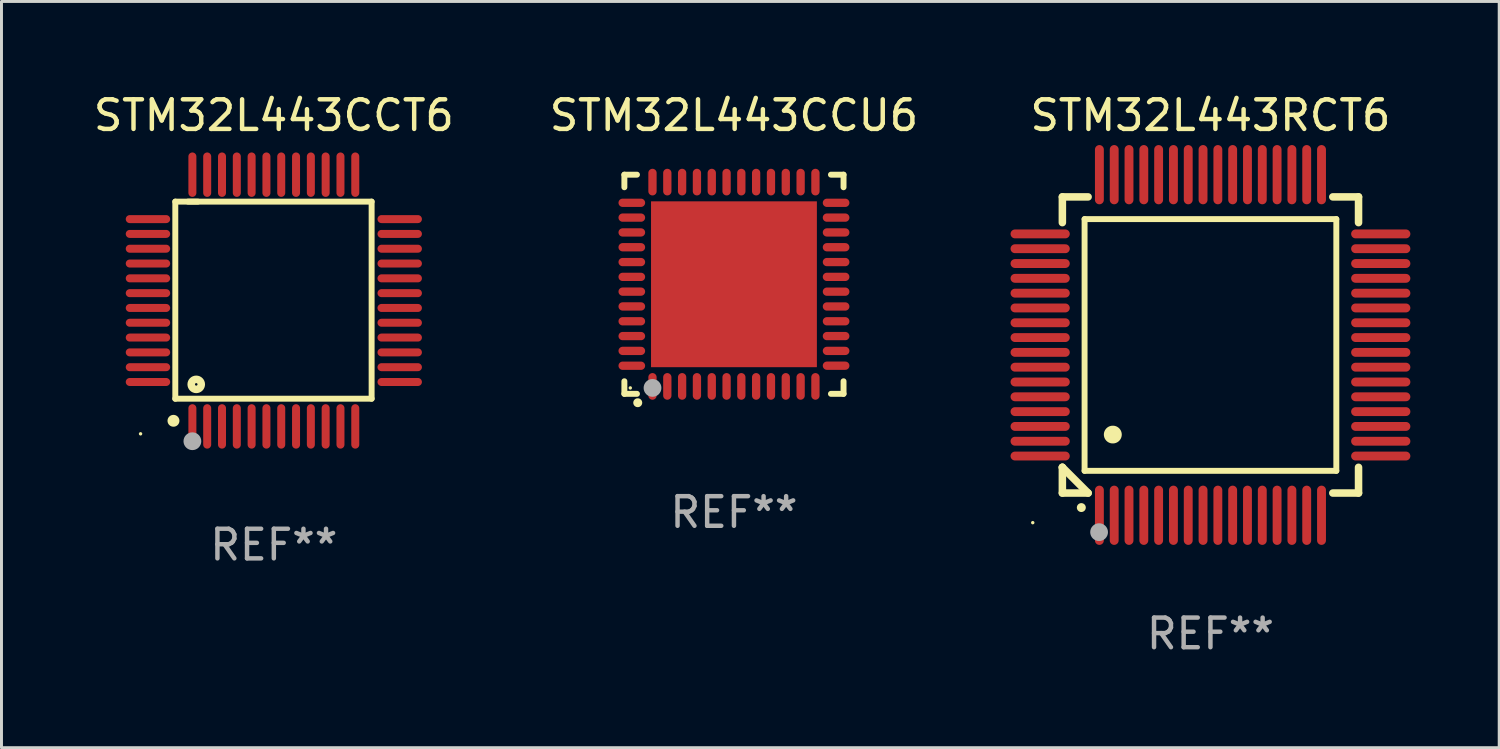
<source format=kicad_pcb>
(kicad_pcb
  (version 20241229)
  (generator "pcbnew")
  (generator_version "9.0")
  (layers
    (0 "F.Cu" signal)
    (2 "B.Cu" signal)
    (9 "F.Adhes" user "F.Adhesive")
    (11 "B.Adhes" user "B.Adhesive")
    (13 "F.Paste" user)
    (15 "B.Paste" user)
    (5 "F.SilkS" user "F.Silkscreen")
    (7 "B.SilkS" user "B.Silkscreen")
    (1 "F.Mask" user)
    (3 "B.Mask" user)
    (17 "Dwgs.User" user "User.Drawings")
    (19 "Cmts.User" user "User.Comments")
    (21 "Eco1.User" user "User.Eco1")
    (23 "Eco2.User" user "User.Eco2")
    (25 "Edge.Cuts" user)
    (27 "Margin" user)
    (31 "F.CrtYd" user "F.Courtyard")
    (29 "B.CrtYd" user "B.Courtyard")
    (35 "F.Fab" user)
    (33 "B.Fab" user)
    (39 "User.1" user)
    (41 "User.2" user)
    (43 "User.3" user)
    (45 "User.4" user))
  (footprint "STM32L443CCU6"
    (layer "F.Cu")
    (at 21.732 6.548)
    (property "Reference" "STM32L443CCU6" (at 0 -5.7 0) (layer "F.SilkS") (effects (font (size 1 1) (thickness 0.15))))
    (attr through_hole)
    (fp_line (start -3.7 -3.7) (end -3.275 -3.7) (stroke (width 0.2) (type solid)) (layer "F.SilkS"))
    (fp_line (start -3.7 -3.275) (end -3.7 -3.7) (stroke (width 0.2) (type solid)) (layer "F.SilkS"))
    (fp_line (start -3.7 3.7) (end -3.7 3.275) (stroke (width 0.2) (type solid)) (layer "F.SilkS"))
    (fp_line (start -3.275 3.7) (end -3.7 3.7) (stroke (width 0.2) (type solid)) (layer "F.SilkS"))
    (fp_line (start 3.7 -3.7) (end 3.275 -3.7) (stroke (width 0.2) (type solid)) (layer "F.SilkS"))
    (fp_line (start 3.7 -3.275) (end 3.7 -3.7) (stroke (width 0.2) (type solid)) (layer "F.SilkS"))
    (fp_line (start 3.7 3.275) (end 3.7 3.7) (stroke (width 0.2) (type solid)) (layer "F.SilkS"))
    (fp_line (start 3.7 3.7) (end 3.275 3.7) (stroke (width 0.2) (type solid)) (layer "F.SilkS"))
    (fp_arc (start -3.249936 3.999975) (mid -3.248666 3.99997) (end -3.247396 3.999975) (stroke (width 0.3) (type solid)) (layer "F.SilkS"))
    (fp_circle (center -3.5 3.5) (end -3.47 3.5) (stroke (width 0.06) (type solid)) (fill no) (layer "F.SilkS"))
    (fp_circle (center -2.75 3.5) (end -2.6 3.5) (stroke (width 0.3) (type solid)) (fill no) (layer "F.Fab"))
    (fp_text user "REF**" (at 0 7.7 0) (layer "F.Fab") (effects (font (size 1 1) (thickness 0.15))))
    (pad "1" smd oval (at -2.751 3.449) (size 0.28 0.9) (layers "F.Cu" "F.Mask" "F.Paste"))
    (pad "2" smd oval (at -2.25 3.449) (size 0.28 0.9) (layers "F.Cu" "F.Mask" "F.Paste"))
    (pad "3" smd oval (at -1.75 3.449) (size 0.28 0.9) (layers "F.Cu" "F.Mask" "F.Paste"))
    (pad "4" smd oval (at -1.25 3.449) (size 0.28 0.9) (layers "F.Cu" "F.Mask" "F.Paste"))
    (pad "5" smd oval (at -0.749 3.449) (size 0.28 0.9) (layers "F.Cu" "F.Mask" "F.Paste"))
    (pad "6" smd oval (at -0.249 3.449) (size 0.28 0.9) (layers "F.Cu" "F.Mask" "F.Paste"))
    (pad "7" smd oval (at 0.249 3.449) (size 0.28 0.9) (layers "F.Cu" "F.Mask" "F.Paste"))
    (pad "8" smd oval (at 0.749 3.449) (size 0.28 0.9) (layers "F.Cu" "F.Mask" "F.Paste"))
    (pad "9" smd oval (at 1.25 3.449) (size 0.28 0.9) (layers "F.Cu" "F.Mask" "F.Paste"))
    (pad "10" smd oval (at 1.75 3.449) (size 0.28 0.9) (layers "F.Cu" "F.Mask" "F.Paste"))
    (pad "11" smd oval (at 2.251 3.449) (size 0.28 0.9) (layers "F.Cu" "F.Mask" "F.Paste"))
    (pad "12" smd oval (at 2.751 3.449) (size 0.28 0.9) (layers "F.Cu" "F.Mask" "F.Paste"))
    (pad "13" smd oval (at 3.449 2.75) (size 0.9 0.28) (layers "F.Cu" "F.Mask" "F.Paste"))
    (pad "14" smd oval (at 3.449 2.25) (size 0.9 0.28) (layers "F.Cu" "F.Mask" "F.Paste"))
    (pad "15" smd oval (at 3.449 1.75) (size 0.9 0.28) (layers "F.Cu" "F.Mask" "F.Paste"))
    (pad "16" smd oval (at 3.449 1.25) (size 0.9 0.28) (layers "F.Cu" "F.Mask" "F.Paste"))
    (pad "17" smd oval (at 3.449 0.75) (size 0.9 0.28) (layers "F.Cu" "F.Mask" "F.Paste"))
    (pad "18" smd oval (at 3.449 0.25) (size 0.9 0.28) (layers "F.Cu" "F.Mask" "F.Paste"))
    (pad "19" smd oval (at 3.449 -0.25) (size 0.9 0.28) (layers "F.Cu" "F.Mask" "F.Paste"))
    (pad "20" smd oval (at 3.449 -0.75) (size 0.9 0.28) (layers "F.Cu" "F.Mask" "F.Paste"))
    (pad "21" smd oval (at 3.449 -1.25) (size 0.9 0.28) (layers "F.Cu" "F.Mask" "F.Paste"))
    (pad "22" smd oval (at 3.449 -1.75) (size 0.9 0.28) (layers "F.Cu" "F.Mask" "F.Paste"))
    (pad "23" smd oval (at 3.449 -2.25) (size 0.9 0.28) (layers "F.Cu" "F.Mask" "F.Paste"))
    (pad "24" smd oval (at 3.449 -2.75) (size 0.9 0.28) (layers "F.Cu" "F.Mask" "F.Paste"))
    (pad "25" smd oval (at 2.751 -3.449) (size 0.28 0.9) (layers "F.Cu" "F.Mask" "F.Paste"))
    (pad "26" smd oval (at 2.251 -3.449) (size 0.28 0.9) (layers "F.Cu" "F.Mask" "F.Paste"))
    (pad "27" smd oval (at 1.75 -3.449) (size 0.28 0.9) (layers "F.Cu" "F.Mask" "F.Paste"))
    (pad "28" smd oval (at 1.25 -3.449) (size 0.28 0.9) (layers "F.Cu" "F.Mask" "F.Paste"))
    (pad "29" smd oval (at 0.749 -3.449) (size 0.28 0.9) (layers "F.Cu" "F.Mask" "F.Paste"))
    (pad "30" smd oval (at 0.249 -3.449) (size 0.28 0.9) (layers "F.Cu" "F.Mask" "F.Paste"))
    (pad "31" smd oval (at -0.249 -3.449) (size 0.28 0.9) (layers "F.Cu" "F.Mask" "F.Paste"))
    (pad "32" smd oval (at -0.749 -3.449) (size 0.28 0.9) (layers "F.Cu" "F.Mask" "F.Paste"))
    (pad "33" smd oval (at -1.25 -3.449) (size 0.28 0.9) (layers "F.Cu" "F.Mask" "F.Paste"))
    (pad "34" smd oval (at -1.75 -3.449) (size 0.28 0.9) (layers "F.Cu" "F.Mask" "F.Paste"))
    (pad "35" smd oval (at -2.25 -3.449) (size 0.28 0.9) (layers "F.Cu" "F.Mask" "F.Paste"))
    (pad "36" smd oval (at -2.751 -3.449) (size 0.28 0.9) (layers "F.Cu" "F.Mask" "F.Paste"))
    (pad "37" smd oval (at -3.449 -2.751) (size 0.9 0.28) (layers "F.Cu" "F.Mask" "F.Paste"))
    (pad "38" smd oval (at -3.449 -2.25) (size 0.9 0.28) (layers "F.Cu" "F.Mask" "F.Paste"))
    (pad "39" smd oval (at -3.449 -1.75) (size 0.9 0.28) (layers "F.Cu" "F.Mask" "F.Paste"))
    (pad "40" smd oval (at -3.449 -1.25) (size 0.9 0.28) (layers "F.Cu" "F.Mask" "F.Paste"))
    (pad "41" smd oval (at -3.449 -0.749) (size 0.9 0.28) (layers "F.Cu" "F.Mask" "F.Paste"))
    (pad "42" smd oval (at -3.449 -0.249) (size 0.9 0.28) (layers "F.Cu" "F.Mask" "F.Paste"))
    (pad "43" smd oval (at -3.449 0.249) (size 0.9 0.28) (layers "F.Cu" "F.Mask" "F.Paste"))
    (pad "44" smd oval (at -3.449 0.749) (size 0.9 0.28) (layers "F.Cu" "F.Mask" "F.Paste"))
    (pad "45" smd oval (at -3.449 1.25) (size 0.9 0.28) (layers "F.Cu" "F.Mask" "F.Paste"))
    (pad "46" smd oval (at -3.449 1.75) (size 0.9 0.28) (layers "F.Cu" "F.Mask" "F.Paste"))
    (pad "47" smd oval (at -3.449 2.25) (size 0.9 0.28) (layers "F.Cu" "F.Mask" "F.Paste"))
    (pad "48" smd oval (at -3.449 2.751) (size 0.9 0.28) (layers "F.Cu" "F.Mask" "F.Paste"))
    (pad "49" smd rect (at 0.000076 -0.000025) (size 5.6 5.6) (layers "F.Cu" "F.Mask" "F.Paste")))
  (footprint "STM32L443RCT6"
    (layer "F.Cu")
    (at 37.821 8.598)
    (property "Reference" "STM32L443RCT6" (at 0 -7.75 0) (layer "F.SilkS") (effects (font (size 1 1) (thickness 0.15))))
    (attr through_hole)
    (fp_line (start -5 -5) (end -4.131 -5) (stroke (width 0.254) (type solid)) (layer "F.SilkS"))
    (fp_line (start -5 -4.131) (end -5 -5) (stroke (width 0.254) (type solid)) (layer "F.SilkS"))
    (fp_line (start -5 4.131) (end -5 4.131) (stroke (width 0.254) (type solid)) (layer "F.SilkS"))
    (fp_line (start -5 5) (end -5 4.131) (stroke (width 0.254) (type solid)) (layer "F.SilkS"))
    (fp_line (start -5 4.131) (end -4.131 5) (stroke (width 0.254) (type solid)) (layer "F.SilkS"))
    (fp_line (start -4.25 -4.25) (end -4.25 4.25) (stroke (width 0.2) (type solid)) (layer "F.SilkS"))
    (fp_line (start -4.25 4.25) (end 4.25 4.25) (stroke (width 0.2) (type solid)) (layer "F.SilkS"))
    (fp_line (start -4.131 5) (end -5 5) (stroke (width 0.254) (type solid)) (layer "F.SilkS"))
    (fp_line (start 4.25 -4.25) (end -4.25 -4.25) (stroke (width 0.2) (type solid)) (layer "F.SilkS"))
    (fp_line (start 4.25 4.25) (end 4.25 -4.25) (stroke (width 0.2) (type solid)) (layer "F.SilkS"))
    (fp_line (start 5 -5) (end 4.131 -5) (stroke (width 0.254) (type solid)) (layer "F.SilkS"))
    (fp_line (start 5 -5) (end 5 -4.131) (stroke (width 0.254) (type solid)) (layer "F.SilkS"))
    (fp_line (start 5 4.131) (end 5 5) (stroke (width 0.254) (type solid)) (layer "F.SilkS"))
    (fp_line (start 5 5) (end 4.131 5) (stroke (width 0.254) (type solid)) (layer "F.SilkS"))
    (fp_arc (start -4.361265 5.489992) (mid -4.359995 5.489987) (end -4.358725 5.489992) (stroke (width 0.3) (type solid)) (layer "F.SilkS"))
    (fp_arc (start -3.299467 3.025146) (mid -3.296927 3.025135) (end -3.294387 3.025146) (stroke (width 0.6) (type solid)) (layer "F.SilkS"))
    (fp_circle (center -6 6) (end -5.97 6) (stroke (width 0.06) (type solid)) (fill no) (layer "F.SilkS"))
    (fp_circle (center -3.76 6.32) (end -3.61 6.32) (stroke (width 0.3) (type solid)) (fill no) (layer "F.Fab"))
    (fp_text user "REF**" (at 0 9.75 0) (layer "F.Fab") (effects (font (size 1 1) (thickness 0.15))))
    (pad "1" smd oval (at -3.75 5.75) (size 0.3 2) (layers "F.Cu" "F.Mask" "F.Paste"))
    (pad "2" smd oval (at -3.25 5.75) (size 0.3 2) (layers "F.Cu" "F.Mask" "F.Paste"))
    (pad "3" smd oval (at -2.75 5.75) (size 0.3 2) (layers "F.Cu" "F.Mask" "F.Paste"))
    (pad "4" smd oval (at -2.25 5.75) (size 0.3 2) (layers "F.Cu" "F.Mask" "F.Paste"))
    (pad "5" smd oval (at -1.75 5.75) (size 0.3 2) (layers "F.Cu" "F.Mask" "F.Paste"))
    (pad "6" smd oval (at -1.25 5.75) (size 0.3 2) (layers "F.Cu" "F.Mask" "F.Paste"))
    (pad "7" smd oval (at -0.75 5.75) (size 0.3 2) (layers "F.Cu" "F.Mask" "F.Paste"))
    (pad "8" smd oval (at -0.25 5.75) (size 0.3 2) (layers "F.Cu" "F.Mask" "F.Paste"))
    (pad "9" smd oval (at 0.25 5.75) (size 0.3 2) (layers "F.Cu" "F.Mask" "F.Paste"))
    (pad "10" smd oval (at 0.75 5.75) (size 0.3 2) (layers "F.Cu" "F.Mask" "F.Paste"))
    (pad "11" smd oval (at 1.25 5.75) (size 0.3 2) (layers "F.Cu" "F.Mask" "F.Paste"))
    (pad "12" smd oval (at 1.75 5.75) (size 0.3 2) (layers "F.Cu" "F.Mask" "F.Paste"))
    (pad "13" smd oval (at 2.25 5.75) (size 0.3 2) (layers "F.Cu" "F.Mask" "F.Paste"))
    (pad "14" smd oval (at 2.75 5.75) (size 0.3 2) (layers "F.Cu" "F.Mask" "F.Paste"))
    (pad "15" smd oval (at 3.25 5.75) (size 0.3 2) (layers "F.Cu" "F.Mask" "F.Paste"))
    (pad "16" smd oval (at 3.75 5.75) (size 0.3 2) (layers "F.Cu" "F.Mask" "F.Paste"))
    (pad "17" smd oval (at 5.75 3.75) (size 2 0.3) (layers "F.Cu" "F.Mask" "F.Paste"))
    (pad "18" smd oval (at 5.75 3.25) (size 2 0.3) (layers "F.Cu" "F.Mask" "F.Paste"))
    (pad "19" smd oval (at 5.75 2.75) (size 2 0.3) (layers "F.Cu" "F.Mask" "F.Paste"))
    (pad "20" smd oval (at 5.75 2.25) (size 2 0.3) (layers "F.Cu" "F.Mask" "F.Paste"))
    (pad "21" smd oval (at 5.75 1.75) (size 2 0.3) (layers "F.Cu" "F.Mask" "F.Paste"))
    (pad "22" smd oval (at 5.75 1.25) (size 2 0.3) (layers "F.Cu" "F.Mask" "F.Paste"))
    (pad "23" smd oval (at 5.75 0.75) (size 2 0.3) (layers "F.Cu" "F.Mask" "F.Paste"))
    (pad "24" smd oval (at 5.75 0.25) (size 2 0.3) (layers "F.Cu" "F.Mask" "F.Paste"))
    (pad "25" smd oval (at 5.75 -0.25) (size 2 0.3) (layers "F.Cu" "F.Mask" "F.Paste"))
    (pad "26" smd oval (at 5.75 -0.75) (size 2 0.3) (layers "F.Cu" "F.Mask" "F.Paste"))
    (pad "27" smd oval (at 5.75 -1.25) (size 2 0.3) (layers "F.Cu" "F.Mask" "F.Paste"))
    (pad "28" smd oval (at 5.75 -1.75) (size 2 0.3) (layers "F.Cu" "F.Mask" "F.Paste"))
    (pad "29" smd oval (at 5.75 -2.25) (size 2 0.3) (layers "F.Cu" "F.Mask" "F.Paste"))
    (pad "30" smd oval (at 5.75 -2.75) (size 2 0.3) (layers "F.Cu" "F.Mask" "F.Paste"))
    (pad "31" smd oval (at 5.75 -3.25) (size 2 0.3) (layers "F.Cu" "F.Mask" "F.Paste"))
    (pad "32" smd oval (at 5.75 -3.75) (size 2 0.3) (layers "F.Cu" "F.Mask" "F.Paste"))
    (pad "33" smd oval (at 3.75 -5.75) (size 0.3 2) (layers "F.Cu" "F.Mask" "F.Paste"))
    (pad "34" smd oval (at 3.25 -5.75) (size 0.3 2) (layers "F.Cu" "F.Mask" "F.Paste"))
    (pad "35" smd oval (at 2.75 -5.75) (size 0.3 2) (layers "F.Cu" "F.Mask" "F.Paste"))
    (pad "36" smd oval (at 2.25 -5.75) (size 0.3 2) (layers "F.Cu" "F.Mask" "F.Paste"))
    (pad "37" smd oval (at 1.75 -5.75) (size 0.3 2) (layers "F.Cu" "F.Mask" "F.Paste"))
    (pad "38" smd oval (at 1.25 -5.75) (size 0.3 2) (layers "F.Cu" "F.Mask" "F.Paste"))
    (pad "39" smd oval (at 0.75 -5.75) (size 0.3 2) (layers "F.Cu" "F.Mask" "F.Paste"))
    (pad "40" smd oval (at 0.25 -5.75) (size 0.3 2) (layers "F.Cu" "F.Mask" "F.Paste"))
    (pad "41" smd oval (at -0.25 -5.75) (size 0.3 2) (layers "F.Cu" "F.Mask" "F.Paste"))
    (pad "42" smd oval (at -0.75 -5.75) (size 0.3 2) (layers "F.Cu" "F.Mask" "F.Paste"))
    (pad "43" smd oval (at -1.25 -5.75) (size 0.3 2) (layers "F.Cu" "F.Mask" "F.Paste"))
    (pad "44" smd oval (at -1.75 -5.75) (size 0.3 2) (layers "F.Cu" "F.Mask" "F.Paste"))
    (pad "45" smd oval (at -2.25 -5.75) (size 0.3 2) (layers "F.Cu" "F.Mask" "F.Paste"))
    (pad "46" smd oval (at -2.75 -5.75) (size 0.3 2) (layers "F.Cu" "F.Mask" "F.Paste"))
    (pad "47" smd oval (at -3.25 -5.75) (size 0.3 2) (layers "F.Cu" "F.Mask" "F.Paste"))
    (pad "48" smd oval (at -3.75 -5.75) (size 0.3 2) (layers "F.Cu" "F.Mask" "F.Paste"))
    (pad "49" smd oval (at -5.75 -3.75) (size 2 0.3) (layers "F.Cu" "F.Mask" "F.Paste"))
    (pad "50" smd oval (at -5.75 -3.25) (size 2 0.3) (layers "F.Cu" "F.Mask" "F.Paste"))
    (pad "51" smd oval (at -5.75 -2.75) (size 2 0.3) (layers "F.Cu" "F.Mask" "F.Paste"))
    (pad "52" smd oval (at -5.75 -2.25) (size 2 0.3) (layers "F.Cu" "F.Mask" "F.Paste"))
    (pad "53" smd oval (at -5.75 -1.75) (size 2 0.3) (layers "F.Cu" "F.Mask" "F.Paste"))
    (pad "54" smd oval (at -5.75 -1.25) (size 2 0.3) (layers "F.Cu" "F.Mask" "F.Paste"))
    (pad "55" smd oval (at -5.75 -0.75) (size 2 0.3) (layers "F.Cu" "F.Mask" "F.Paste"))
    (pad "56" smd oval (at -5.75 -0.25) (size 2 0.3) (layers "F.Cu" "F.Mask" "F.Paste"))
    (pad "57" smd oval (at -5.75 0.25) (size 2 0.3) (layers "F.Cu" "F.Mask" "F.Paste"))
    (pad "58" smd oval (at -5.75 0.75) (size 2 0.3) (layers "F.Cu" "F.Mask" "F.Paste"))
    (pad "59" smd oval (at -5.75 1.25) (size 2 0.3) (layers "F.Cu" "F.Mask" "F.Paste"))
    (pad "60" smd oval (at -5.75 1.75) (size 2 0.3) (layers "F.Cu" "F.Mask" "F.Paste"))
    (pad "61" smd oval (at -5.75 2.25) (size 2 0.3) (layers "F.Cu" "F.Mask" "F.Paste"))
    (pad "62" smd oval (at -5.75 2.75) (size 2 0.3) (layers "F.Cu" "F.Mask" "F.Paste"))
    (pad "63" smd oval (at -5.75 3.25) (size 2 0.3) (layers "F.Cu" "F.Mask" "F.Paste"))
    (pad "64" smd oval (at -5.75 3.75) (size 2 0.3) (layers "F.Cu" "F.Mask" "F.Paste")))
  (footprint "STM32L443CCT6"
    (layer "F.Cu")
    (at 6.196 7.098)
    (property "Reference" "STM32L443CCT6" (at 0 -6.25 0) (layer "F.SilkS") (effects (font (size 1 1) (thickness 0.15))))
    (attr through_hole)
    (fp_line (start -3.327 -3.34) (end -2.565 -3.34) (stroke (width 0.2) (type solid)) (layer "F.SilkS"))
    (fp_line (start -3.327 3.315) (end -3.327 -3.34) (stroke (width 0.2) (type solid)) (layer "F.SilkS"))
    (fp_line (start -2.896 -3.34) (end 3.302 -3.34) (stroke (width 0.2) (type solid)) (layer "F.SilkS"))
    (fp_line (start 3.302 -3.34) (end 3.302 3.315) (stroke (width 0.2) (type solid)) (layer "F.SilkS"))
    (fp_line (start 3.302 3.315) (end -3.327 3.315) (stroke (width 0.2) (type solid)) (layer "F.SilkS"))
    (fp_arc (start -3.389992 4.059995) (mid -3.388722 4.059991) (end -3.387452 4.059995) (stroke (width 0.4) (type solid)) (layer "F.SilkS"))
    (fp_circle (center -4.5 4.5) (end -4.47 4.5) (stroke (width 0.06) (type solid)) (fill no) (layer "F.SilkS"))
    (fp_circle (center -2.62 2.83) (end -2.45 2.83) (stroke (width 0.254) (type solid)) (fill no) (layer "F.SilkS"))
    (fp_circle (center -2.75 4.75) (end -2.6 4.75) (stroke (width 0.3) (type solid)) (fill no) (layer "F.Fab"))
    (fp_text user "REF**" (at 0 8.25 0) (layer "F.Fab") (effects (font (size 1 1) (thickness 0.15))))
    (pad "1" smd oval (at -2.75 4.25) (size 0.27 1.5) (layers "F.Cu" "F.Mask" "F.Paste"))
    (pad "2" smd oval (at -2.25 4.25) (size 0.27 1.5) (layers "F.Cu" "F.Mask" "F.Paste"))
    (pad "3" smd oval (at -1.75 4.25) (size 0.27 1.5) (layers "F.Cu" "F.Mask" "F.Paste"))
    (pad "4" smd oval (at -1.25 4.25) (size 0.27 1.5) (layers "F.Cu" "F.Mask" "F.Paste"))
    (pad "5" smd oval (at -0.75 4.25) (size 0.27 1.5) (layers "F.Cu" "F.Mask" "F.Paste"))
    (pad "6" smd oval (at -0.25 4.25) (size 0.27 1.5) (layers "F.Cu" "F.Mask" "F.Paste"))
    (pad "7" smd oval (at 0.25 4.25) (size 0.27 1.5) (layers "F.Cu" "F.Mask" "F.Paste"))
    (pad "8" smd oval (at 0.75 4.25) (size 0.27 1.5) (layers "F.Cu" "F.Mask" "F.Paste"))
    (pad "9" smd oval (at 1.25 4.25) (size 0.27 1.5) (layers "F.Cu" "F.Mask" "F.Paste"))
    (pad "10" smd oval (at 1.75 4.25) (size 0.27 1.5) (layers "F.Cu" "F.Mask" "F.Paste"))
    (pad "11" smd oval (at 2.25 4.25) (size 0.27 1.5) (layers "F.Cu" "F.Mask" "F.Paste"))
    (pad "12" smd oval (at 2.75 4.25) (size 0.27 1.5) (layers "F.Cu" "F.Mask" "F.Paste"))
    (pad "13" smd oval (at 4.25 2.75) (size 1.5 0.27) (layers "F.Cu" "F.Mask" "F.Paste"))
    (pad "14" smd oval (at 4.25 2.25) (size 1.5 0.27) (layers "F.Cu" "F.Mask" "F.Paste"))
    (pad "15" smd oval (at 4.25 1.75) (size 1.5 0.27) (layers "F.Cu" "F.Mask" "F.Paste"))
    (pad "16" smd oval (at 4.25 1.25) (size 1.5 0.27) (layers "F.Cu" "F.Mask" "F.Paste"))
    (pad "17" smd oval (at 4.25 0.75) (size 1.5 0.27) (layers "F.Cu" "F.Mask" "F.Paste"))
    (pad "18" smd oval (at 4.25 0.25) (size 1.5 0.27) (layers "F.Cu" "F.Mask" "F.Paste"))
    (pad "19" smd oval (at 4.25 -0.25) (size 1.5 0.27) (layers "F.Cu" "F.Mask" "F.Paste"))
    (pad "20" smd oval (at 4.25 -0.75) (size 1.5 0.27) (layers "F.Cu" "F.Mask" "F.Paste"))
    (pad "21" smd oval (at 4.25 -1.25) (size 1.5 0.27) (layers "F.Cu" "F.Mask" "F.Paste"))
    (pad "22" smd oval (at 4.25 -1.75) (size 1.5 0.27) (layers "F.Cu" "F.Mask" "F.Paste"))
    (pad "23" smd oval (at 4.25 -2.25) (size 1.5 0.27) (layers "F.Cu" "F.Mask" "F.Paste"))
    (pad "24" smd oval (at 4.25 -2.75) (size 1.5 0.27) (layers "F.Cu" "F.Mask" "F.Paste"))
    (pad "25" smd oval (at 2.75 -4.25) (size 0.27 1.5) (layers "F.Cu" "F.Mask" "F.Paste"))
    (pad "26" smd oval (at 2.25 -4.25) (size 0.27 1.5) (layers "F.Cu" "F.Mask" "F.Paste"))
    (pad "27" smd oval (at 1.75 -4.25) (size 0.27 1.5) (layers "F.Cu" "F.Mask" "F.Paste"))
    (pad "28" smd oval (at 1.25 -4.25) (size 0.27 1.5) (layers "F.Cu" "F.Mask" "F.Paste"))
    (pad "29" smd oval (at 0.75 -4.25) (size 0.27 1.5) (layers "F.Cu" "F.Mask" "F.Paste"))
    (pad "30" smd oval (at 0.25 -4.25) (size 0.27 1.5) (layers "F.Cu" "F.Mask" "F.Paste"))
    (pad "31" smd oval (at -0.25 -4.25) (size 0.27 1.5) (layers "F.Cu" "F.Mask" "F.Paste"))
    (pad "32" smd oval (at -0.75 -4.25) (size 0.27 1.5) (layers "F.Cu" "F.Mask" "F.Paste"))
    (pad "33" smd oval (at -1.25 -4.25) (size 0.27 1.5) (layers "F.Cu" "F.Mask" "F.Paste"))
    (pad "34" smd oval (at -1.75 -4.25) (size 0.27 1.5) (layers "F.Cu" "F.Mask" "F.Paste"))
    (pad "35" smd oval (at -2.25 -4.25) (size 0.27 1.5) (layers "F.Cu" "F.Mask" "F.Paste"))
    (pad "36" smd oval (at -2.75 -4.25) (size 0.27 1.5) (layers "F.Cu" "F.Mask" "F.Paste"))
    (pad "37" smd oval (at -4.25 -2.75) (size 1.5 0.27) (layers "F.Cu" "F.Mask" "F.Paste"))
    (pad "38" smd oval (at -4.25 -2.25) (size 1.5 0.27) (layers "F.Cu" "F.Mask" "F.Paste"))
    (pad "39" smd oval (at -4.25 -1.75) (size 1.5 0.27) (layers "F.Cu" "F.Mask" "F.Paste"))
    (pad "40" smd oval (at -4.25 -1.25) (size 1.5 0.27) (layers "F.Cu" "F.Mask" "F.Paste"))
    (pad "41" smd oval (at -4.25 -0.75) (size 1.5 0.27) (layers "F.Cu" "F.Mask" "F.Paste"))
    (pad "42" smd oval (at -4.25 -0.25) (size 1.5 0.27) (layers "F.Cu" "F.Mask" "F.Paste"))
    (pad "43" smd oval (at -4.25 0.25) (size 1.5 0.27) (layers "F.Cu" "F.Mask" "F.Paste"))
    (pad "44" smd oval (at -4.25 0.75) (size 1.5 0.27) (layers "F.Cu" "F.Mask" "F.Paste"))
    (pad "45" smd oval (at -4.25 1.25) (size 1.5 0.27) (layers "F.Cu" "F.Mask" "F.Paste"))
    (pad "46" smd oval (at -4.25 1.75) (size 1.5 0.27) (layers "F.Cu" "F.Mask" "F.Paste"))
    (pad "47" smd oval (at -4.25 2.25) (size 1.5 0.27) (layers "F.Cu" "F.Mask" "F.Paste"))
    (pad "48" smd oval (at -4.25 2.75) (size 1.5 0.27) (layers "F.Cu" "F.Mask" "F.Paste")))
  (gr_rect
    (start -3 -3)
    (end 47.571 22.196)
    (stroke (width 0.1) (type default))
    (fill no)
    (layer "Edge.Cuts")))
</source>
